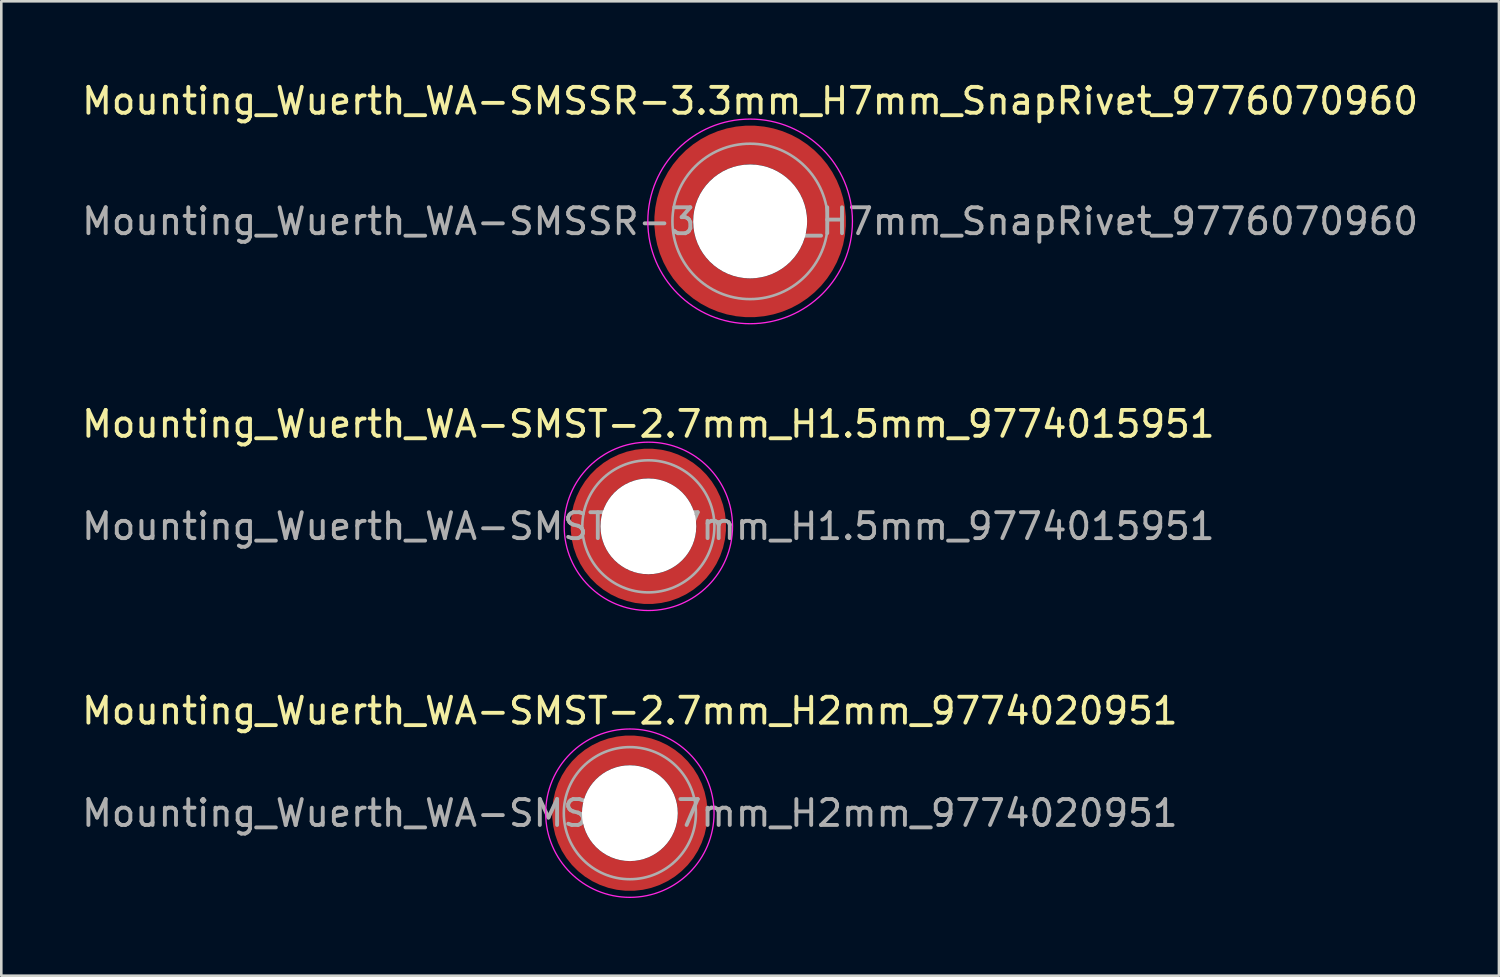
<source format=kicad_pcb>
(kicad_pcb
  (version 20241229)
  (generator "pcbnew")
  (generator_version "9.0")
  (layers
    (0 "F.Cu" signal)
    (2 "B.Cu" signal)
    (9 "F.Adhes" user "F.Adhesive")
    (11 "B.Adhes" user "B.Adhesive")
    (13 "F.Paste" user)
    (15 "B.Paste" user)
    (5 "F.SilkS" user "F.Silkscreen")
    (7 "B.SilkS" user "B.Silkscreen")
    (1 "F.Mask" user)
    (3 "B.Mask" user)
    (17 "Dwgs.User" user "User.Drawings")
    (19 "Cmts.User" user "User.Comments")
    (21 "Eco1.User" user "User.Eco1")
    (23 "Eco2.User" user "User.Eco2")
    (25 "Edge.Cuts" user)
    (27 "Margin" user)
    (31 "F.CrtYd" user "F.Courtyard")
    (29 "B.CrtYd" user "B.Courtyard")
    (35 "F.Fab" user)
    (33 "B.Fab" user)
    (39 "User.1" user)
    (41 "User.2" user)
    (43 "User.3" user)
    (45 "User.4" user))
  (footprint "Mounting_Wuerth_WA-SMSSR-3.3mm_H7mm_SnapRivet_9776070960"
    (layer "F.Cu")
    (at 25.911 5.498)
    (property "Reference" "Mounting_Wuerth_WA-SMSSR-3.3mm_H7mm_SnapRivet_9776070960" (at 0 -4.65 0) (layer "F.SilkS") (effects (font (size 1 1) (thickness 0.15))))
    (attr smd)
    (fp_circle (center 0 0) (end 3.95 0) (stroke (width 0.05) (type solid)) (fill no) (layer "F.CrtYd"))
    (fp_circle (center 0 0) (end 3 0) (stroke (width 0.1) (type solid)) (fill no) (layer "F.Fab"))
    (fp_text user "${REFERENCE}" (at 0 0 0) (layer "F.Fab") (effects (font (size 1 1) (thickness 0.15))))
    (pad "" smd custom (at -2.077 -2.077) (size 0.995 0.995) (layers "F.Paste") (options (anchor circle)) (primitives (gr_arc (start -0.208831 1.577126) (mid 0.422144 0.422848) (end 1.576154 -0.208618) (width 0.2)) (gr_arc (start -0.310669 1.577126) (mid 0.35138 0.35278) (end 1.575188 -0.310262) (width 0.2)) (gr_arc (start -0.412325 1.577126) (mid 0.280305 0.283024) (end 1.573357 -0.411565) (width 0.2)) (gr_arc (start -0.51382 1.577126) (mid 0.210358 0.212139) (end 1.574653 -0.513342) (width 0.2)) (gr_arc (start -0.615172 1.577126) (mid 0.139846 0.141818) (end 1.574384 -0.614661) (width 0.2)) (gr_arc (start -0.716397 1.577126) (mid 0.070334 0.070498) (end 1.576898 -0.716356) (width 0.2)) (gr_arc (start -0.817508 1.577126) (mid -0.001805 0.001807) (end 1.572094 -0.816633) (width 0.2)) (gr_arc (start -0.918517 1.577126) (mid -0.071322 -0.06951) (end 1.574599 -0.918094) (width 0.2)) (gr_arc (start -1.019433 1.577126) (mid -0.141902 -0.139762) (end 1.574138 -1.018949) (width 0.2)) (gr_arc (start -1.120266 1.577126) (mid -0.211736 -0.210761) (end 1.575763 -1.120053) (width 0.2)) (gr_arc (start -1.221022 1.577126) (mid -0.282882 -0.280446) (end 1.57372 -1.220505) (width 0.2)) (gr_arc (start -1.32171 1.577126) (mid -0.353407 -0.350753) (end 1.573414 -1.321162) (width 0.2)) (gr_arc (start -1.422335 1.577126) (mid -0.423311 -0.421682) (end 1.574846 -1.422009) (width 0.2)) (gr_line (start 1.577 -0.209) (end 1.577 -1.422) (width 0.2)) (gr_line (start -0.209 1.577) (end -1.422 1.577) (width 0.2))))
    (pad "" smd custom (at -2.077 2.077) (size 0.995 0.995) (layers "F.Paste") (options (anchor circle)) (primitives (gr_arc (start 1.577126 0.208831) (mid 0.422848 -0.422144) (end -0.208618 -1.576154) (width 0.2)) (gr_arc (start 1.577126 0.310669) (mid 0.35278 -0.35138) (end -0.310262 -1.575188) (width 0.2)) (gr_arc (start 1.577126 0.412325) (mid 0.283024 -0.280305) (end -0.411565 -1.573357) (width 0.2)) (gr_arc (start 1.577126 0.51382) (mid 0.212139 -0.210358) (end -0.513342 -1.574653) (width 0.2)) (gr_arc (start 1.577126 0.615172) (mid 0.141818 -0.139846) (end -0.614661 -1.574384) (width 0.2)) (gr_arc (start 1.577126 0.716397) (mid 0.070498 -0.070334) (end -0.716356 -1.576898) (width 0.2)) (gr_arc (start 1.577126 0.817508) (mid 0.001807 0.001805) (end -0.816633 -1.572094) (width 0.2)) (gr_arc (start 1.577126 0.918517) (mid -0.06951 0.071322) (end -0.918094 -1.574599) (width 0.2)) (gr_arc (start 1.577126 1.019433) (mid -0.139762 0.141902) (end -1.018949 -1.574138) (width 0.2)) (gr_arc (start 1.577126 1.120266) (mid -0.210761 0.211736) (end -1.120053 -1.575763) (width 0.2)) (gr_arc (start 1.577126 1.221022) (mid -0.280446 0.282882) (end -1.220505 -1.57372) (width 0.2)) (gr_arc (start 1.577126 1.32171) (mid -0.350753 0.353407) (end -1.321162 -1.573414) (width 0.2)) (gr_arc (start 1.577126 1.422335) (mid -0.421682 0.423311) (end -1.422009 -1.574846) (width 0.2)) (gr_line (start -0.209 -1.577) (end -1.422 -1.577) (width 0.2)) (gr_line (start 1.577 0.209) (end 1.577 1.422) (width 0.2))))
    (pad "" np_thru_hole circle (at 0 0) (size 4.4 4.4) (drill 4.4) (layers "*.Cu" "*.Mask"))
    (pad "" smd custom (at 2.077 -2.077) (size 0.995 0.995) (layers "F.Paste") (options (anchor circle)) (primitives (gr_arc (start -1.577126 -0.208831) (mid -0.422848 0.422144) (end 0.208618 1.576154) (width 0.2)) (gr_arc (start -1.577126 -0.310669) (mid -0.35278 0.35138) (end 0.310262 1.575188) (width 0.2)) (gr_arc (start -1.577126 -0.412325) (mid -0.283024 0.280305) (end 0.411565 1.573357) (width 0.2)) (gr_arc (start -1.577126 -0.51382) (mid -0.212139 0.210358) (end 0.513342 1.574653) (width 0.2)) (gr_arc (start -1.577126 -0.615172) (mid -0.141818 0.139846) (end 0.614661 1.574384) (width 0.2)) (gr_arc (start -1.577126 -0.716397) (mid -0.070498 0.070334) (end 0.716356 1.576898) (width 0.2)) (gr_arc (start -1.577126 -0.817508) (mid -0.001807 -0.001805) (end 0.816633 1.572094) (width 0.2)) (gr_arc (start -1.577126 -0.918517) (mid 0.06951 -0.071322) (end 0.918094 1.574599) (width 0.2)) (gr_arc (start -1.577126 -1.019433) (mid 0.139762 -0.141902) (end 1.018949 1.574138) (width 0.2)) (gr_arc (start -1.577126 -1.120266) (mid 0.210761 -0.211736) (end 1.120053 1.575763) (width 0.2)) (gr_arc (start -1.577126 -1.221022) (mid 0.280446 -0.282882) (end 1.220505 1.57372) (width 0.2)) (gr_arc (start -1.577126 -1.32171) (mid 0.350753 -0.353407) (end 1.321162 1.573414) (width 0.2)) (gr_arc (start -1.577126 -1.422335) (mid 0.421682 -0.423311) (end 1.422009 1.574846) (width 0.2)) (gr_line (start 0.209 1.577) (end 1.422 1.577) (width 0.2)) (gr_line (start -1.577 -0.209) (end -1.577 -1.422) (width 0.2))))
    (pad "" smd custom (at 2.077 2.077) (size 0.995 0.995) (layers "F.Paste") (options (anchor circle)) (primitives (gr_arc (start 0.208831 -1.577126) (mid -0.422144 -0.422848) (end -1.576154 0.208618) (width 0.2)) (gr_arc (start 0.310669 -1.577126) (mid -0.35138 -0.35278) (end -1.575188 0.310262) (width 0.2)) (gr_arc (start 0.412325 -1.577126) (mid -0.280305 -0.283024) (end -1.573357 0.411565) (width 0.2)) (gr_arc (start 0.51382 -1.577126) (mid -0.210358 -0.212139) (end -1.574653 0.513342) (width 0.2)) (gr_arc (start 0.615172 -1.577126) (mid -0.139846 -0.141818) (end -1.574384 0.614661) (width 0.2)) (gr_arc (start 0.716397 -1.577126) (mid -0.070334 -0.070498) (end -1.576898 0.716356) (width 0.2)) (gr_arc (start 0.817508 -1.577126) (mid 0.001805 -0.001807) (end -1.572094 0.816633) (width 0.2)) (gr_arc (start 0.918517 -1.577126) (mid 0.071322 0.06951) (end -1.574599 0.918094) (width 0.2)) (gr_arc (start 1.019433 -1.577126) (mid 0.141902 0.139762) (end -1.574138 1.018949) (width 0.2)) (gr_arc (start 1.120266 -1.577126) (mid 0.211736 0.210761) (end -1.575763 1.120053) (width 0.2)) (gr_arc (start 1.221022 -1.577126) (mid 0.282882 0.280446) (end -1.57372 1.220505) (width 0.2)) (gr_arc (start 1.32171 -1.577126) (mid 0.353407 0.350753) (end -1.573414 1.321162) (width 0.2)) (gr_arc (start 1.422335 -1.577126) (mid 0.423311 0.421682) (end -1.574846 1.422009) (width 0.2)) (gr_line (start -1.577 0.209) (end -1.577 1.422) (width 0.2)) (gr_line (start 0.209 -1.577) (end 1.422 -1.577) (width 0.2))))
    (pad "1" smd circle (at -2.95 0) (size 1.1 1.1) (layers "F.Cu"))
    (pad "1" smd circle (at 0 -2.95) (size 1.1 1.1) (layers "F.Cu"))
    (pad "1" smd circle (at 0 2.95) (size 1.1 1.1) (layers "F.Cu"))
    (pad "1" smd custom (at 2.95 0) (size 1.1 1.1) (layers "F.Cu" "F.Mask") (options (anchor circle)) (primitives (gr_circle (center -2.95 0) (end 0 0) (width 1.5) (fill no)))))
  (footprint "Mounting_Wuerth_WA-SMST-2.7mm_H1.5mm_9774015951"
    (layer "F.Cu")
    (at 21.982 17.271)
    (property "Reference" "Mounting_Wuerth_WA-SMST-2.7mm_H1.5mm_9774015951" (at 0 -3.95 0) (layer "F.SilkS") (effects (font (size 1 1) (thickness 0.15))))
    (attr smd)
    (fp_circle (center 0 0) (end 3.25 0) (stroke (width 0.05) (type solid)) (fill no) (layer "F.CrtYd"))
    (fp_circle (center 0 0) (end 2.55 0) (stroke (width 0.1) (type solid)) (fill no) (layer "F.Fab"))
    (fp_text user "${REFERENCE}" (at 0 0 0) (layer "F.Fab") (effects (font (size 1 1) (thickness 0.15))))
    (pad "" smd custom (at -1.704 -1.704) (size 0.62 0.62) (layers "F.Paste") (options (anchor circle)) (primitives (gr_arc (start -0.250195 1.279127) (mid 0.289146 0.290681) (end 1.277006 -0.249732) (width 0.2)) (gr_arc (start -0.34334 1.279127) (mid 0.224883 0.226093) (end 1.277452 -0.342992) (width 0.2)) (gr_arc (start -0.436309 1.279127) (mid 0.160537 0.16159) (end 1.277666 -0.436018) (width 0.2)) (gr_arc (start -0.529126 1.279127) (mid 0.095932 0.097343) (end 1.277167 -0.528752) (width 0.2)) (gr_arc (start -0.621807 1.279127) (mid 0.0309 0.033527) (end 1.275473 -0.621136) (width 0.2)) (gr_arc (start -0.71437 1.279127) (mid -0.03322 -0.031206) (end 1.276322 -0.713875) (width 0.2)) (gr_arc (start -0.806826 1.279127) (mid -0.097997 -0.095278) (end 1.275336 -0.806181) (width 0.2)) (gr_arc (start -0.899187 1.279127) (mid -0.161977 -0.16015) (end 1.276577 -0.898769) (width 0.2)) (gr_arc (start -0.991463 1.279127) (mid -0.226842 -0.224133) (end 1.275343 -0.990864) (width 0.2)) (gr_arc (start -1.083663 1.279127) (mid -0.291026 -0.288801) (end 1.276016 -1.083187) (width 0.2)) (gr_line (start 1.279 -0.25) (end 1.279 -1.084) (width 0.2)) (gr_line (start -0.25 1.279) (end -1.084 1.279) (width 0.2))))
    (pad "" smd custom (at -1.704 1.704) (size 0.62 0.62) (layers "F.Paste") (options (anchor circle)) (primitives (gr_arc (start 1.279127 0.250195) (mid 0.290681 -0.289146) (end -0.249732 -1.277006) (width 0.2)) (gr_arc (start 1.279127 0.34334) (mid 0.226093 -0.224883) (end -0.342992 -1.277452) (width 0.2)) (gr_arc (start 1.279127 0.436309) (mid 0.16159 -0.160537) (end -0.436018 -1.277666) (width 0.2)) (gr_arc (start 1.279127 0.529126) (mid 0.097343 -0.095932) (end -0.528752 -1.277167) (width 0.2)) (gr_arc (start 1.279127 0.621807) (mid 0.033527 -0.0309) (end -0.621136 -1.275473) (width 0.2)) (gr_arc (start 1.279127 0.71437) (mid -0.031206 0.03322) (end -0.713875 -1.276322) (width 0.2)) (gr_arc (start 1.279127 0.806826) (mid -0.095278 0.097997) (end -0.806181 -1.275336) (width 0.2)) (gr_arc (start 1.279127 0.899187) (mid -0.16015 0.161977) (end -0.898769 -1.276577) (width 0.2)) (gr_arc (start 1.279127 0.991463) (mid -0.224133 0.226842) (end -0.990864 -1.275343) (width 0.2)) (gr_arc (start 1.279127 1.083663) (mid -0.288801 0.291026) (end -1.083187 -1.276016) (width 0.2)) (gr_line (start -0.25 -1.279) (end -1.084 -1.279) (width 0.2)) (gr_line (start 1.279 0.25) (end 1.279 1.084) (width 0.2))))
    (pad "" np_thru_hole circle (at 0 0) (size 3.7 3.7) (drill 3.7) (layers "*.Cu" "*.Mask"))
    (pad "" smd custom (at 1.704 -1.704) (size 0.62 0.62) (layers "F.Paste") (options (anchor circle)) (primitives (gr_arc (start -1.279127 -0.250195) (mid -0.290681 0.289146) (end 0.249732 1.277006) (width 0.2)) (gr_arc (start -1.279127 -0.34334) (mid -0.226093 0.224883) (end 0.342992 1.277452) (width 0.2)) (gr_arc (start -1.279127 -0.436309) (mid -0.16159 0.160537) (end 0.436018 1.277666) (width 0.2)) (gr_arc (start -1.279127 -0.529126) (mid -0.097343 0.095932) (end 0.528752 1.277167) (width 0.2)) (gr_arc (start -1.279127 -0.621807) (mid -0.033527 0.0309) (end 0.621136 1.275473) (width 0.2)) (gr_arc (start -1.279127 -0.71437) (mid 0.031206 -0.03322) (end 0.713875 1.276322) (width 0.2)) (gr_arc (start -1.279127 -0.806826) (mid 0.095278 -0.097997) (end 0.806181 1.275336) (width 0.2)) (gr_arc (start -1.279127 -0.899187) (mid 0.16015 -0.161977) (end 0.898769 1.276577) (width 0.2)) (gr_arc (start -1.279127 -0.991463) (mid 0.224133 -0.226842) (end 0.990864 1.275343) (width 0.2)) (gr_arc (start -1.279127 -1.083663) (mid 0.288801 -0.291026) (end 1.083187 1.276016) (width 0.2)) (gr_line (start 0.25 1.279) (end 1.084 1.279) (width 0.2)) (gr_line (start -1.279 -0.25) (end -1.279 -1.084) (width 0.2))))
    (pad "" smd custom (at 1.704 1.704) (size 0.62 0.62) (layers "F.Paste") (options (anchor circle)) (primitives (gr_arc (start 0.250195 -1.279127) (mid -0.289146 -0.290681) (end -1.277006 0.249732) (width 0.2)) (gr_arc (start 0.34334 -1.279127) (mid -0.224883 -0.226093) (end -1.277452 0.342992) (width 0.2)) (gr_arc (start 0.436309 -1.279127) (mid -0.160537 -0.16159) (end -1.277666 0.436018) (width 0.2)) (gr_arc (start 0.529126 -1.279127) (mid -0.095932 -0.097343) (end -1.277167 0.528752) (width 0.2)) (gr_arc (start 0.621807 -1.279127) (mid -0.0309 -0.033527) (end -1.275473 0.621136) (width 0.2)) (gr_arc (start 0.71437 -1.279127) (mid 0.03322 0.031206) (end -1.276322 0.713875) (width 0.2)) (gr_arc (start 0.806826 -1.279127) (mid 0.097997 0.095278) (end -1.275336 0.806181) (width 0.2)) (gr_arc (start 0.899187 -1.279127) (mid 0.161977 0.16015) (end -1.276577 0.898769) (width 0.2)) (gr_arc (start 0.991463 -1.279127) (mid 0.226842 0.224133) (end -1.275343 0.990864) (width 0.2)) (gr_arc (start 1.083663 -1.279127) (mid 0.291026 0.288801) (end -1.276016 1.083187) (width 0.2)) (gr_line (start -1.279 0.25) (end -1.279 1.084) (width 0.2)) (gr_line (start 0.25 -1.279) (end 1.084 -1.279) (width 0.2))))
    (pad "1" smd circle (at -2.425 0) (size 0.75 0.75) (layers "F.Cu"))
    (pad "1" smd circle (at 0 -2.425) (size 0.75 0.75) (layers "F.Cu"))
    (pad "1" smd circle (at 0 2.425) (size 0.75 0.75) (layers "F.Cu"))
    (pad "1" smd custom (at 2.425 0) (size 0.75 0.75) (layers "F.Cu" "F.Mask") (options (anchor circle)) (primitives (gr_circle (center -2.425 0) (end 0 0) (width 1.15) (fill no)))))
  (footprint "Mounting_Wuerth_WA-SMST-2.7mm_H2mm_9774020951"
    (layer "F.Cu")
    (at 21.268 28.345)
    (property "Reference" "Mounting_Wuerth_WA-SMST-2.7mm_H2mm_9774020951" (at 0 -3.95 0) (layer "F.SilkS") (effects (font (size 1 1) (thickness 0.15))))
    (attr smd)
    (fp_circle (center 0 0) (end 3.25 0) (stroke (width 0.05) (type solid)) (fill no) (layer "F.CrtYd"))
    (fp_circle (center 0 0) (end 2.55 0) (stroke (width 0.1) (type solid)) (fill no) (layer "F.Fab"))
    (fp_text user "${REFERENCE}" (at 0 0 0) (layer "F.Fab") (effects (font (size 1 1) (thickness 0.15))))
    (pad "" smd custom (at -1.704 -1.704) (size 0.62 0.62) (layers "F.Paste") (options (anchor circle)) (primitives (gr_arc (start -0.250195 1.279127) (mid 0.289146 0.290681) (end 1.277006 -0.249732) (width 0.2)) (gr_arc (start -0.34334 1.279127) (mid 0.224883 0.226093) (end 1.277452 -0.342992) (width 0.2)) (gr_arc (start -0.436309 1.279127) (mid 0.160537 0.16159) (end 1.277666 -0.436018) (width 0.2)) (gr_arc (start -0.529126 1.279127) (mid 0.095932 0.097343) (end 1.277167 -0.528752) (width 0.2)) (gr_arc (start -0.621807 1.279127) (mid 0.0309 0.033527) (end 1.275473 -0.621136) (width 0.2)) (gr_arc (start -0.71437 1.279127) (mid -0.03322 -0.031206) (end 1.276322 -0.713875) (width 0.2)) (gr_arc (start -0.806826 1.279127) (mid -0.097997 -0.095278) (end 1.275336 -0.806181) (width 0.2)) (gr_arc (start -0.899187 1.279127) (mid -0.161977 -0.16015) (end 1.276577 -0.898769) (width 0.2)) (gr_arc (start -0.991463 1.279127) (mid -0.226842 -0.224133) (end 1.275343 -0.990864) (width 0.2)) (gr_arc (start -1.083663 1.279127) (mid -0.291026 -0.288801) (end 1.276016 -1.083187) (width 0.2)) (gr_line (start 1.279 -0.25) (end 1.279 -1.084) (width 0.2)) (gr_line (start -0.25 1.279) (end -1.084 1.279) (width 0.2))))
    (pad "" smd custom (at -1.704 1.704) (size 0.62 0.62) (layers "F.Paste") (options (anchor circle)) (primitives (gr_arc (start 1.279127 0.250195) (mid 0.290681 -0.289146) (end -0.249732 -1.277006) (width 0.2)) (gr_arc (start 1.279127 0.34334) (mid 0.226093 -0.224883) (end -0.342992 -1.277452) (width 0.2)) (gr_arc (start 1.279127 0.436309) (mid 0.16159 -0.160537) (end -0.436018 -1.277666) (width 0.2)) (gr_arc (start 1.279127 0.529126) (mid 0.097343 -0.095932) (end -0.528752 -1.277167) (width 0.2)) (gr_arc (start 1.279127 0.621807) (mid 0.033527 -0.0309) (end -0.621136 -1.275473) (width 0.2)) (gr_arc (start 1.279127 0.71437) (mid -0.031206 0.03322) (end -0.713875 -1.276322) (width 0.2)) (gr_arc (start 1.279127 0.806826) (mid -0.095278 0.097997) (end -0.806181 -1.275336) (width 0.2)) (gr_arc (start 1.279127 0.899187) (mid -0.16015 0.161977) (end -0.898769 -1.276577) (width 0.2)) (gr_arc (start 1.279127 0.991463) (mid -0.224133 0.226842) (end -0.990864 -1.275343) (width 0.2)) (gr_arc (start 1.279127 1.083663) (mid -0.288801 0.291026) (end -1.083187 -1.276016) (width 0.2)) (gr_line (start -0.25 -1.279) (end -1.084 -1.279) (width 0.2)) (gr_line (start 1.279 0.25) (end 1.279 1.084) (width 0.2))))
    (pad "" np_thru_hole circle (at 0 0) (size 3.7 3.7) (drill 3.7) (layers "*.Cu" "*.Mask"))
    (pad "" smd custom (at 1.704 -1.704) (size 0.62 0.62) (layers "F.Paste") (options (anchor circle)) (primitives (gr_arc (start -1.279127 -0.250195) (mid -0.290681 0.289146) (end 0.249732 1.277006) (width 0.2)) (gr_arc (start -1.279127 -0.34334) (mid -0.226093 0.224883) (end 0.342992 1.277452) (width 0.2)) (gr_arc (start -1.279127 -0.436309) (mid -0.16159 0.160537) (end 0.436018 1.277666) (width 0.2)) (gr_arc (start -1.279127 -0.529126) (mid -0.097343 0.095932) (end 0.528752 1.277167) (width 0.2)) (gr_arc (start -1.279127 -0.621807) (mid -0.033527 0.0309) (end 0.621136 1.275473) (width 0.2)) (gr_arc (start -1.279127 -0.71437) (mid 0.031206 -0.03322) (end 0.713875 1.276322) (width 0.2)) (gr_arc (start -1.279127 -0.806826) (mid 0.095278 -0.097997) (end 0.806181 1.275336) (width 0.2)) (gr_arc (start -1.279127 -0.899187) (mid 0.16015 -0.161977) (end 0.898769 1.276577) (width 0.2)) (gr_arc (start -1.279127 -0.991463) (mid 0.224133 -0.226842) (end 0.990864 1.275343) (width 0.2)) (gr_arc (start -1.279127 -1.083663) (mid 0.288801 -0.291026) (end 1.083187 1.276016) (width 0.2)) (gr_line (start 0.25 1.279) (end 1.084 1.279) (width 0.2)) (gr_line (start -1.279 -0.25) (end -1.279 -1.084) (width 0.2))))
    (pad "" smd custom (at 1.704 1.704) (size 0.62 0.62) (layers "F.Paste") (options (anchor circle)) (primitives (gr_arc (start 0.250195 -1.279127) (mid -0.289146 -0.290681) (end -1.277006 0.249732) (width 0.2)) (gr_arc (start 0.34334 -1.279127) (mid -0.224883 -0.226093) (end -1.277452 0.342992) (width 0.2)) (gr_arc (start 0.436309 -1.279127) (mid -0.160537 -0.16159) (end -1.277666 0.436018) (width 0.2)) (gr_arc (start 0.529126 -1.279127) (mid -0.095932 -0.097343) (end -1.277167 0.528752) (width 0.2)) (gr_arc (start 0.621807 -1.279127) (mid -0.0309 -0.033527) (end -1.275473 0.621136) (width 0.2)) (gr_arc (start 0.71437 -1.279127) (mid 0.03322 0.031206) (end -1.276322 0.713875) (width 0.2)) (gr_arc (start 0.806826 -1.279127) (mid 0.097997 0.095278) (end -1.275336 0.806181) (width 0.2)) (gr_arc (start 0.899187 -1.279127) (mid 0.161977 0.16015) (end -1.276577 0.898769) (width 0.2)) (gr_arc (start 0.991463 -1.279127) (mid 0.226842 0.224133) (end -1.275343 0.990864) (width 0.2)) (gr_arc (start 1.083663 -1.279127) (mid 0.291026 0.288801) (end -1.276016 1.083187) (width 0.2)) (gr_line (start -1.279 0.25) (end -1.279 1.084) (width 0.2)) (gr_line (start 0.25 -1.279) (end 1.084 -1.279) (width 0.2))))
    (pad "1" smd circle (at -2.425 0) (size 0.75 0.75) (layers "F.Cu"))
    (pad "1" smd circle (at 0 -2.425) (size 0.75 0.75) (layers "F.Cu"))
    (pad "1" smd circle (at 0 2.425) (size 0.75 0.75) (layers "F.Cu"))
    (pad "1" smd custom (at 2.425 0) (size 0.75 0.75) (layers "F.Cu" "F.Mask") (options (anchor circle)) (primitives (gr_circle (center -2.425 0) (end 0 0) (width 1.15) (fill no)))))
  (gr_rect
    (start -3 -3)
    (end 54.821 34.62)
    (stroke (width 0.1) (type default))
    (fill no)
    (layer "Edge.Cuts")))
</source>
